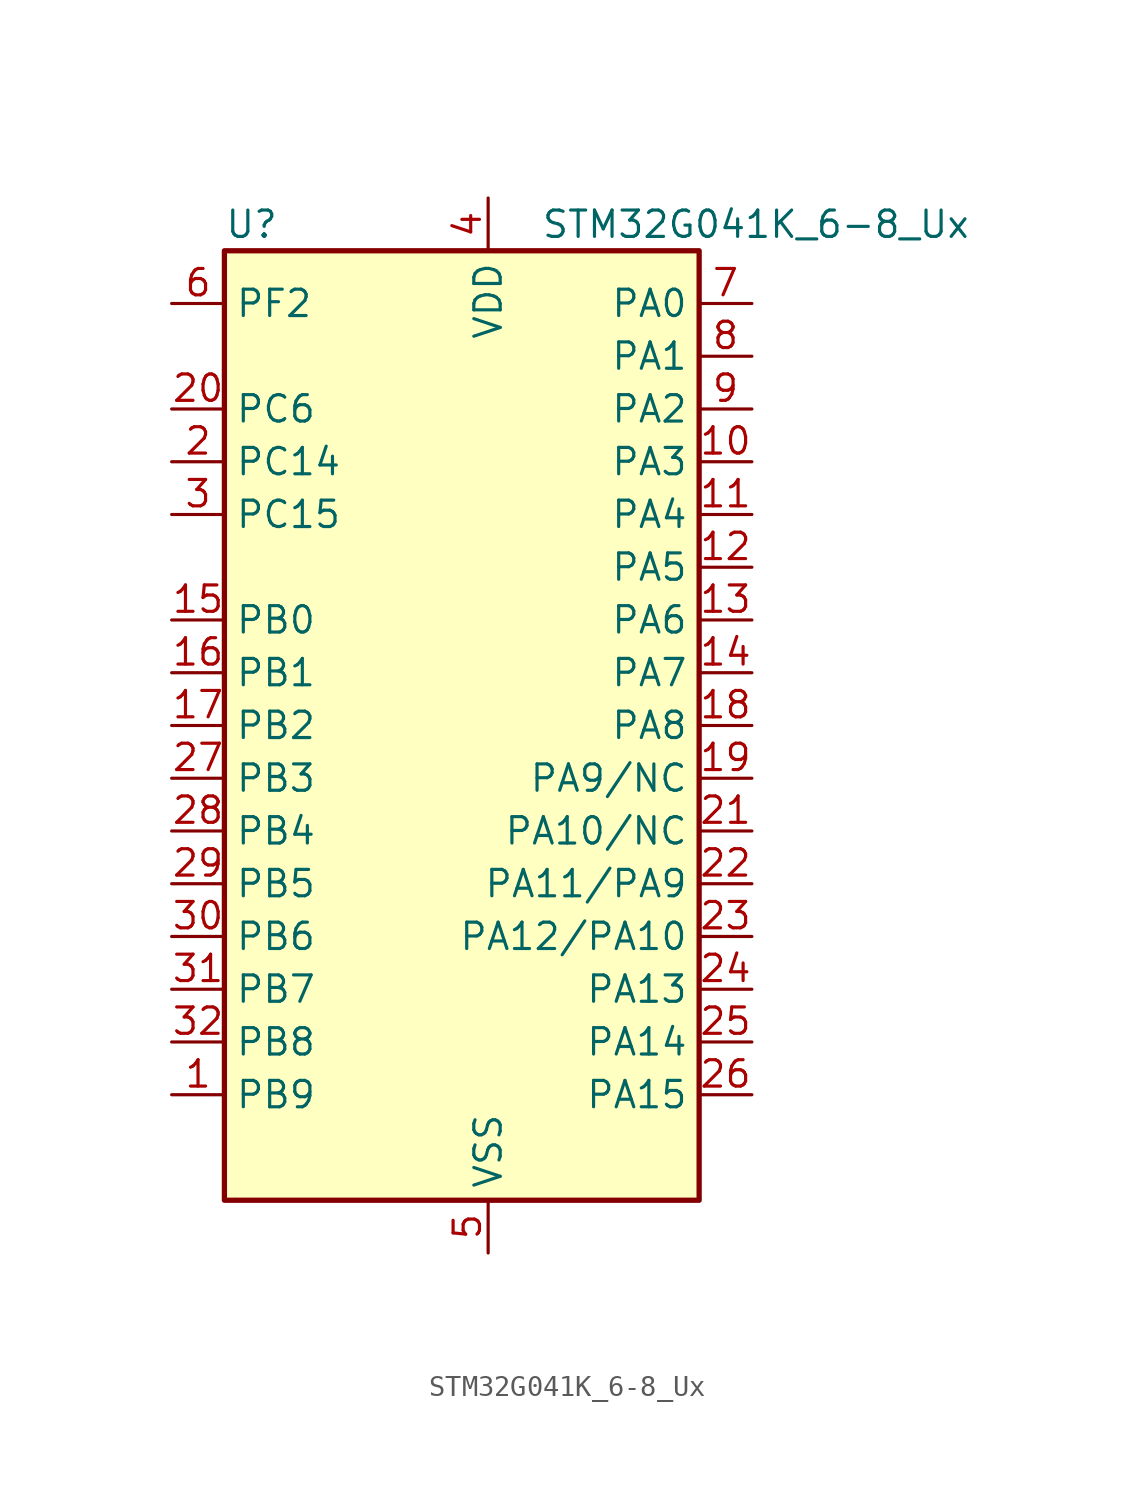
<source format=kicad_sym>
(kicad_symbol_lib
  (version 20220914)
  (generator kicad_symbol_editor)
  (symbol "STM32G041K_6-8_Ux"
    (property "Reference" "U"
      (at -10.16 24.13 0)
      (effects (font (size 1.27 1.27)) (justify left)))
    (property "Value" "STM32G041K_6-8_Ux"
      (at 5.08 24.13 0)
      (effects (font (size 1.27 1.27)) (justify left)))
    (property "ki_locked" ""
      (at 0 0 0)
      (effects (font (size 1.27 1.27))))
    (symbol "STM32G041K_6-8_Ux_0_1"
      (rectangle (start -10.16 -22.86) (end 12.7 22.86) (stroke (width 0.254) (type default)) (fill (type background))))
    (symbol "STM32G041K_6-8_Ux_1_1"
      (pin bidirectional line (at -12.7 -17.78 0) (length 2.54) (name "PB9" (effects (font (size 1.27 1.27)))) (number "1" (effects (font (size 1.27 1.27)))) (alternate "I2C1_SDA" bidirectional line) (alternate "IR_OUT" bidirectional line) (alternate "SPI2_NSS" bidirectional line) (alternate "TIM17_CH1" bidirectional line))
      (pin bidirectional line (at 15.24 12.7 180) (length 2.54) (name "PA3" (effects (font (size 1.27 1.27)))) (number "10" (effects (font (size 1.27 1.27)))) (alternate "ADC1_IN3" bidirectional line) (alternate "LPUART1_RX" bidirectional line) (alternate "SPI2_MISO" bidirectional line) (alternate "TIM2_CH4" bidirectional line) (alternate "USART2_RX" bidirectional line))
      (pin bidirectional line (at 15.24 10.16 180) (length 2.54) (name "PA4" (effects (font (size 1.27 1.27)))) (number "11" (effects (font (size 1.27 1.27)))) (alternate "ADC1_IN4" bidirectional line) (alternate "I2S1_WS" bidirectional line) (alternate "LPTIM2_OUT" bidirectional line) (alternate "RTC_OUT_ALARM" bidirectional line) (alternate "RTC_OUT_CALIB" bidirectional line) (alternate "RTC_TAMP_IN1" bidirectional line) (alternate "RTC_TS" bidirectional line) (alternate "SPI1_NSS" bidirectional line) (alternate "SPI2_MOSI" bidirectional line) (alternate "SYS_WKUP2" bidirectional line) (alternate "TIM14_CH1" bidirectional line))
      (pin bidirectional line (at 15.24 7.62 180) (length 2.54) (name "PA5" (effects (font (size 1.27 1.27)))) (number "12" (effects (font (size 1.27 1.27)))) (alternate "ADC1_IN5" bidirectional line) (alternate "I2S1_CK" bidirectional line) (alternate "LPTIM2_ETR" bidirectional line) (alternate "SPI1_SCK" bidirectional line) (alternate "TIM2_CH1" bidirectional line) (alternate "TIM2_ETR" bidirectional line))
      (pin bidirectional line (at 15.24 5.08 180) (length 2.54) (name "PA6" (effects (font (size 1.27 1.27)))) (number "13" (effects (font (size 1.27 1.27)))) (alternate "ADC1_IN6" bidirectional line) (alternate "I2S1_MCK" bidirectional line) (alternate "LPUART1_CTS" bidirectional line) (alternate "SPI1_MISO" bidirectional line) (alternate "TIM16_CH1" bidirectional line) (alternate "TIM1_BK" bidirectional line) (alternate "TIM3_CH1" bidirectional line))
      (pin bidirectional line (at 15.24 2.54 180) (length 2.54) (name "PA7" (effects (font (size 1.27 1.27)))) (number "14" (effects (font (size 1.27 1.27)))) (alternate "ADC1_IN7" bidirectional line) (alternate "I2S1_SD" bidirectional line) (alternate "SPI1_MOSI" bidirectional line) (alternate "TIM14_CH1" bidirectional line) (alternate "TIM17_CH1" bidirectional line) (alternate "TIM1_CH1N" bidirectional line) (alternate "TIM3_CH2" bidirectional line))
      (pin bidirectional line (at -12.7 5.08 0) (length 2.54) (name "PB0" (effects (font (size 1.27 1.27)))) (number "15" (effects (font (size 1.27 1.27)))) (alternate "ADC1_IN8" bidirectional line) (alternate "I2S1_WS" bidirectional line) (alternate "LPTIM1_OUT" bidirectional line) (alternate "SPI1_NSS" bidirectional line) (alternate "TIM1_CH2N" bidirectional line) (alternate "TIM3_CH3" bidirectional line))
      (pin bidirectional line (at -12.7 2.54 0) (length 2.54) (name "PB1" (effects (font (size 1.27 1.27)))) (number "16" (effects (font (size 1.27 1.27)))) (alternate "ADC1_IN9" bidirectional line) (alternate "LPTIM2_IN1" bidirectional line) (alternate "LPUART1_DE" bidirectional line) (alternate "LPUART1_RTS" bidirectional line) (alternate "TIM14_CH1" bidirectional line) (alternate "TIM1_CH3N" bidirectional line) (alternate "TIM3_CH4" bidirectional line))
      (pin bidirectional line (at -12.7 0 0) (length 2.54) (name "PB2" (effects (font (size 1.27 1.27)))) (number "17" (effects (font (size 1.27 1.27)))) (alternate "ADC1_IN10" bidirectional line) (alternate "LPTIM1_OUT" bidirectional line) (alternate "SPI2_MISO" bidirectional line))
      (pin bidirectional line (at 15.24 0 180) (length 2.54) (name "PA8" (effects (font (size 1.27 1.27)))) (number "18" (effects (font (size 1.27 1.27)))) (alternate "LPTIM2_OUT" bidirectional line) (alternate "RCC_MCO" bidirectional line) (alternate "SPI2_NSS" bidirectional line) (alternate "TIM1_CH1" bidirectional line))
      (pin bidirectional line (at 15.24 -2.54 180) (length 2.54) (name "PA9/NC" (effects (font (size 1.27 1.27)))) (number "19" (effects (font (size 1.27 1.27)))) (alternate "I2C1_SCL" bidirectional line) (alternate "RCC_MCO" bidirectional line) (alternate "SPI2_MISO" bidirectional line) (alternate "TIM1_CH2" bidirectional line) (alternate "USART1_TX" bidirectional line))
      (pin bidirectional line (at -12.7 12.7 0) (length 2.54) (name "PC14" (effects (font (size 1.27 1.27)))) (number "2" (effects (font (size 1.27 1.27)))) (alternate "RCC_OSC32_IN" bidirectional line) (alternate "RCC_OSC_IN" bidirectional line) (alternate "TIM1_BK2" bidirectional line))
      (pin bidirectional line (at -12.7 15.24 0) (length 2.54) (name "PC6" (effects (font (size 1.27 1.27)))) (number "20" (effects (font (size 1.27 1.27)))) (alternate "TIM2_CH3" bidirectional line) (alternate "TIM3_CH1" bidirectional line))
      (pin bidirectional line (at 15.24 -5.08 180) (length 2.54) (name "PA10/NC" (effects (font (size 1.27 1.27)))) (number "21" (effects (font (size 1.27 1.27)))) (alternate "I2C1_SDA" bidirectional line) (alternate "SPI2_MOSI" bidirectional line) (alternate "TIM17_BK" bidirectional line) (alternate "TIM1_CH3" bidirectional line) (alternate "USART1_RX" bidirectional line))
      (pin bidirectional line (at 15.24 -7.62 180) (length 2.54) (name "PA11/PA9" (effects (font (size 1.27 1.27)))) (number "22" (effects (font (size 1.27 1.27)))) (alternate "ADC1_EXTI11" bidirectional line) (alternate "ADC1_IN15" bidirectional line) (alternate "I2C2_SCL" bidirectional line) (alternate "I2S1_MCK" bidirectional line) (alternate "SPI1_MISO" bidirectional line) (alternate "TIM1_BK2" bidirectional line) (alternate "TIM1_CH4" bidirectional line) (alternate "USART1_CTS" bidirectional line) (alternate "USART1_NSS" bidirectional line))
      (pin bidirectional line (at 15.24 -10.16 180) (length 2.54) (name "PA12/PA10" (effects (font (size 1.27 1.27)))) (number "23" (effects (font (size 1.27 1.27)))) (alternate "ADC1_IN16" bidirectional line) (alternate "I2C2_SDA" bidirectional line) (alternate "I2S1_SD" bidirectional line) (alternate "I2S_CKIN" bidirectional line) (alternate "SPI1_MOSI" bidirectional line) (alternate "TIM1_ETR" bidirectional line) (alternate "USART1_CK" bidirectional line) (alternate "USART1_DE" bidirectional line) (alternate "USART1_RTS" bidirectional line))
      (pin bidirectional line (at 15.24 -12.7 180) (length 2.54) (name "PA13" (effects (font (size 1.27 1.27)))) (number "24" (effects (font (size 1.27 1.27)))) (alternate "ADC1_IN17" bidirectional line) (alternate "IR_OUT" bidirectional line) (alternate "SYS_SWDIO" bidirectional line))
      (pin bidirectional line (at 15.24 -15.24 180) (length 2.54) (name "PA14" (effects (font (size 1.27 1.27)))) (number "25" (effects (font (size 1.27 1.27)))) (alternate "ADC1_IN18" bidirectional line) (alternate "SYS_SWCLK" bidirectional line) (alternate "USART2_TX" bidirectional line))
      (pin bidirectional line (at 15.24 -17.78 180) (length 2.54) (name "PA15" (effects (font (size 1.27 1.27)))) (number "26" (effects (font (size 1.27 1.27)))) (alternate "I2S1_WS" bidirectional line) (alternate "SPI1_NSS" bidirectional line) (alternate "TIM2_CH1" bidirectional line) (alternate "TIM2_ETR" bidirectional line) (alternate "USART2_RX" bidirectional line))
      (pin bidirectional line (at -12.7 -2.54 0) (length 2.54) (name "PB3" (effects (font (size 1.27 1.27)))) (number "27" (effects (font (size 1.27 1.27)))) (alternate "I2S1_CK" bidirectional line) (alternate "SPI1_SCK" bidirectional line) (alternate "TIM1_CH2" bidirectional line) (alternate "TIM2_CH2" bidirectional line) (alternate "USART1_CK" bidirectional line) (alternate "USART1_DE" bidirectional line) (alternate "USART1_RTS" bidirectional line))
      (pin bidirectional line (at -12.7 -5.08 0) (length 2.54) (name "PB4" (effects (font (size 1.27 1.27)))) (number "28" (effects (font (size 1.27 1.27)))) (alternate "I2S1_MCK" bidirectional line) (alternate "SPI1_MISO" bidirectional line) (alternate "TIM17_BK" bidirectional line) (alternate "TIM3_CH1" bidirectional line) (alternate "USART1_CTS" bidirectional line) (alternate "USART1_NSS" bidirectional line))
      (pin bidirectional line (at -12.7 -7.62 0) (length 2.54) (name "PB5" (effects (font (size 1.27 1.27)))) (number "29" (effects (font (size 1.27 1.27)))) (alternate "I2C1_SMBA" bidirectional line) (alternate "I2S1_SD" bidirectional line) (alternate "LPTIM1_IN1" bidirectional line) (alternate "SPI1_MOSI" bidirectional line) (alternate "SYS_WKUP6" bidirectional line) (alternate "TIM16_BK" bidirectional line) (alternate "TIM3_CH2" bidirectional line))
      (pin bidirectional line (at -12.7 10.16 0) (length 2.54) (name "PC15" (effects (font (size 1.27 1.27)))) (number "3" (effects (font (size 1.27 1.27)))) (alternate "RCC_OSC32_EN" bidirectional line) (alternate "RCC_OSC32_OUT" bidirectional line) (alternate "RCC_OSC_EN" bidirectional line))
      (pin bidirectional line (at -12.7 -10.16 0) (length 2.54) (name "PB6" (effects (font (size 1.27 1.27)))) (number "30" (effects (font (size 1.27 1.27)))) (alternate "I2C1_SCL" bidirectional line) (alternate "LPTIM1_ETR" bidirectional line) (alternate "SPI2_MISO" bidirectional line) (alternate "TIM16_CH1N" bidirectional line) (alternate "TIM1_CH3" bidirectional line) (alternate "USART1_TX" bidirectional line))
      (pin bidirectional line (at -12.7 -12.7 0) (length 2.54) (name "PB7" (effects (font (size 1.27 1.27)))) (number "31" (effects (font (size 1.27 1.27)))) (alternate "ADC1_IN11" bidirectional line) (alternate "I2C1_SDA" bidirectional line) (alternate "LPTIM1_IN2" bidirectional line) (alternate "SPI2_MOSI" bidirectional line) (alternate "SYS_PVD_IN" bidirectional line) (alternate "TIM17_CH1N" bidirectional line) (alternate "USART1_RX" bidirectional line))
      (pin bidirectional line (at -12.7 -15.24 0) (length 2.54) (name "PB8" (effects (font (size 1.27 1.27)))) (number "32" (effects (font (size 1.27 1.27)))) (alternate "I2C1_SCL" bidirectional line) (alternate "SPI2_SCK" bidirectional line) (alternate "TIM16_CH1" bidirectional line))
      (pin passive line (at 2.54 -25.4 90) (length 2.54) hide (name "VSS" (effects (font (size 1.27 1.27)))) (number "33" (effects (font (size 1.27 1.27)))))
      (pin power_in line (at 2.54 25.4 270) (length 2.54) (name "VDD" (effects (font (size 1.27 1.27)))) (number "4" (effects (font (size 1.27 1.27)))))
      (pin power_in line (at 2.54 -25.4 90) (length 2.54) (name "VSS" (effects (font (size 1.27 1.27)))) (number "5" (effects (font (size 1.27 1.27)))))
      (pin bidirectional line (at -12.7 20.32 0) (length 2.54) (name "PF2" (effects (font (size 1.27 1.27)))) (number "6" (effects (font (size 1.27 1.27)))) (alternate "RCC_MCO" bidirectional line))
      (pin bidirectional line (at 15.24 20.32 180) (length 2.54) (name "PA0" (effects (font (size 1.27 1.27)))) (number "7" (effects (font (size 1.27 1.27)))) (alternate "ADC1_IN0" bidirectional line) (alternate "LPTIM1_OUT" bidirectional line) (alternate "RTC_TAMP_IN2" bidirectional line) (alternate "SPI2_SCK" bidirectional line) (alternate "SYS_WKUP1" bidirectional line) (alternate "TIM2_CH1" bidirectional line) (alternate "TIM2_ETR" bidirectional line) (alternate "USART2_CTS" bidirectional line) (alternate "USART2_NSS" bidirectional line))
      (pin bidirectional line (at 15.24 17.78 180) (length 2.54) (name "PA1" (effects (font (size 1.27 1.27)))) (number "8" (effects (font (size 1.27 1.27)))) (alternate "ADC1_IN1" bidirectional line) (alternate "I2C1_SMBA" bidirectional line) (alternate "I2S1_CK" bidirectional line) (alternate "SPI1_SCK" bidirectional line) (alternate "TIM2_CH2" bidirectional line) (alternate "USART2_CK" bidirectional line) (alternate "USART2_DE" bidirectional line) (alternate "USART2_RTS" bidirectional line))
      (pin bidirectional line (at 15.24 15.24 180) (length 2.54) (name "PA2" (effects (font (size 1.27 1.27)))) (number "9" (effects (font (size 1.27 1.27)))) (alternate "ADC1_IN2" bidirectional line) (alternate "I2S1_SD" bidirectional line) (alternate "LPUART1_TX" bidirectional line) (alternate "RCC_LSCO" bidirectional line) (alternate "SPI1_MOSI" bidirectional line) (alternate "SYS_WKUP4" bidirectional line) (alternate "TIM2_CH3" bidirectional line) (alternate "USART2_TX" bidirectional line)))))
</source>
